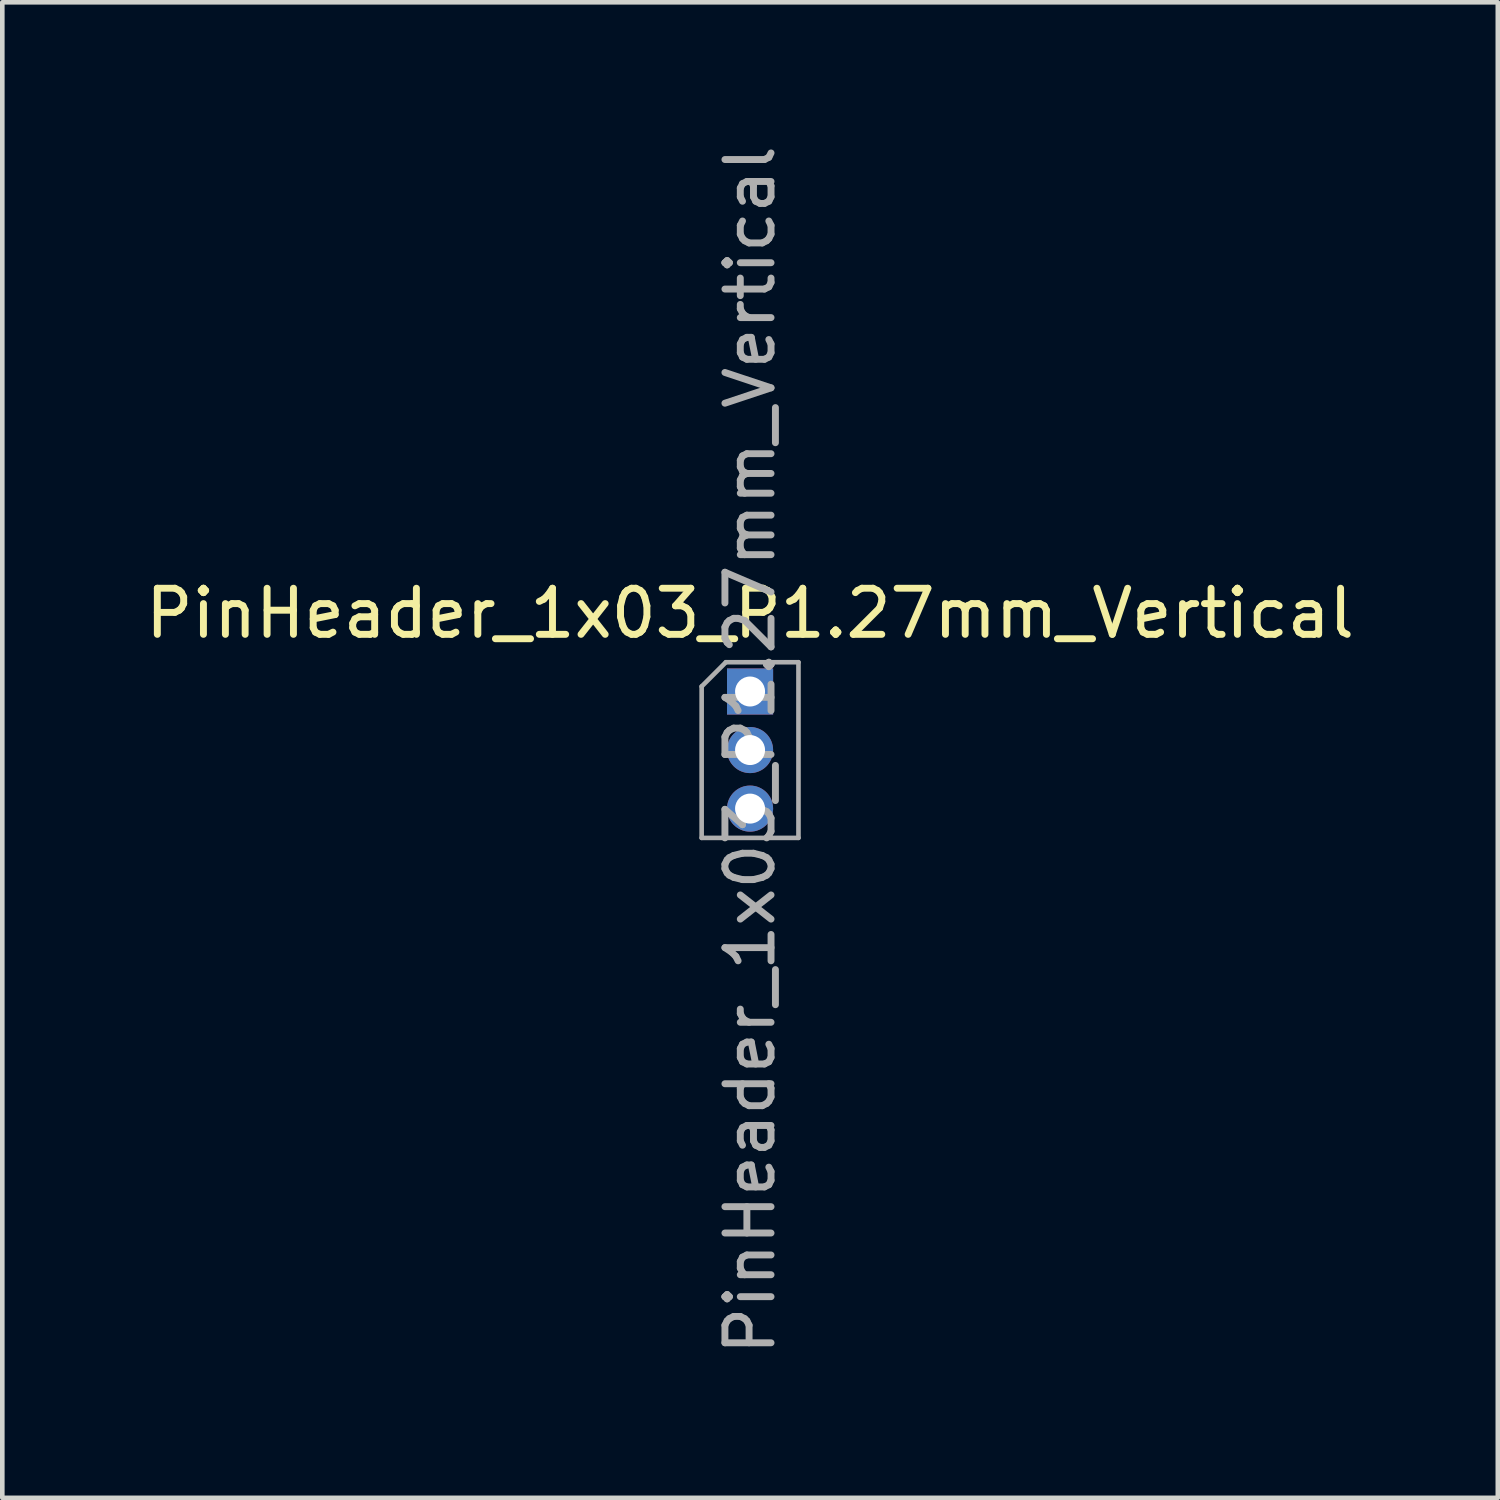
<source format=kicad_pcb>
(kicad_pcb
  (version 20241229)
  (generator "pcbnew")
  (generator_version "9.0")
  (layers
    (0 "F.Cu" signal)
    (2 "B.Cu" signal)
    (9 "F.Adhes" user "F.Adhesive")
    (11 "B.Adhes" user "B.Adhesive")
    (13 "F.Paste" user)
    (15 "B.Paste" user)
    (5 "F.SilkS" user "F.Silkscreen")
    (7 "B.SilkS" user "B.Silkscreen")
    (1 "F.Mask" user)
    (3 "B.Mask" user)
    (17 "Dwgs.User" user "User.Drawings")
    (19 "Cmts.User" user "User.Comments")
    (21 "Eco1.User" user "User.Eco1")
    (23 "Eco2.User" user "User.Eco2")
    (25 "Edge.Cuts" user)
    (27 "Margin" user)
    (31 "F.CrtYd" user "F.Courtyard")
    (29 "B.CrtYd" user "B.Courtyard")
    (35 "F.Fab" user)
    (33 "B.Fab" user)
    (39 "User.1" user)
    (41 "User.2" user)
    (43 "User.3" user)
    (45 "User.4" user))
  (footprint "PinHeader_1x03_P1.27mm_Vertical"
    (layer "F.Cu")
    (at 13.22 11.95)
    (property "Reference" "PinHeader_1x03_P1.27mm_Vertical" (at 0 -1.695 0) (layer "F.SilkS") (effects (font (size 1 1) (thickness 0.15))))
    (attr through_hole)
    (fp_line (start -1.05 -0.11) (end -0.525 -0.635) (stroke (width 0.1) (type solid)) (layer "F.Fab"))
    (fp_line (start -1.05 3.175) (end -1.05 -0.11) (stroke (width 0.1) (type solid)) (layer "F.Fab"))
    (fp_line (start -0.525 -0.635) (end 1.05 -0.635) (stroke (width 0.1) (type solid)) (layer "F.Fab"))
    (fp_line (start 1.05 -0.635) (end 1.05 3.175) (stroke (width 0.1) (type solid)) (layer "F.Fab"))
    (fp_line (start 1.05 3.175) (end -1.05 3.175) (stroke (width 0.1) (type solid)) (layer "F.Fab"))
    (fp_text user "${REFERENCE}" (at 0 1.27 90) (layer "F.Fab") (effects (font (size 1 1) (thickness 0.15))))
    (pad "1" thru_hole rect (at 0 0) (size 1 1) (drill 0.65) (layers "*.Cu" "*.Mask"))
    (pad "2" thru_hole oval (at 0 1.27) (size 1 1) (drill 0.65) (layers "*.Cu" "*.Mask"))
    (pad "3" thru_hole oval (at 0 2.54) (size 1 1) (drill 0.65) (layers "*.Cu" "*.Mask")))
  (gr_rect
    (start -3 -3)
    (end 29.44 29.44)
    (stroke (width 0.1) (type default))
    (fill no)
    (layer "Edge.Cuts")))
</source>
